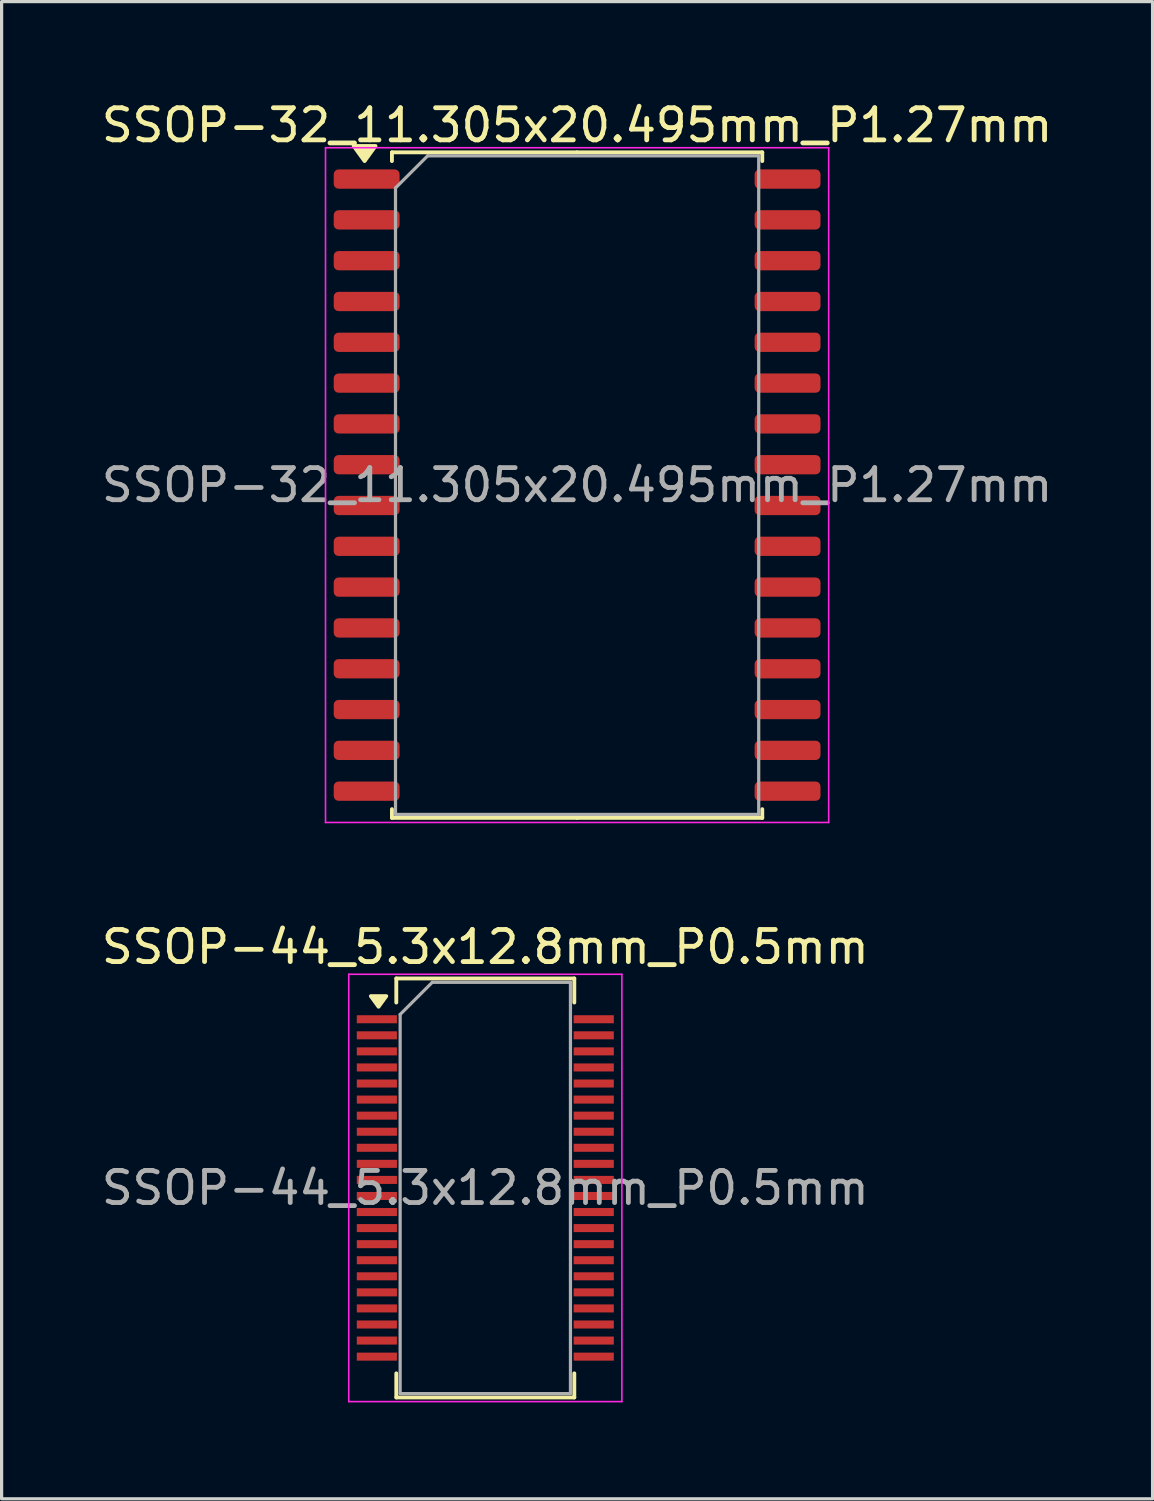
<source format=kicad_pcb>
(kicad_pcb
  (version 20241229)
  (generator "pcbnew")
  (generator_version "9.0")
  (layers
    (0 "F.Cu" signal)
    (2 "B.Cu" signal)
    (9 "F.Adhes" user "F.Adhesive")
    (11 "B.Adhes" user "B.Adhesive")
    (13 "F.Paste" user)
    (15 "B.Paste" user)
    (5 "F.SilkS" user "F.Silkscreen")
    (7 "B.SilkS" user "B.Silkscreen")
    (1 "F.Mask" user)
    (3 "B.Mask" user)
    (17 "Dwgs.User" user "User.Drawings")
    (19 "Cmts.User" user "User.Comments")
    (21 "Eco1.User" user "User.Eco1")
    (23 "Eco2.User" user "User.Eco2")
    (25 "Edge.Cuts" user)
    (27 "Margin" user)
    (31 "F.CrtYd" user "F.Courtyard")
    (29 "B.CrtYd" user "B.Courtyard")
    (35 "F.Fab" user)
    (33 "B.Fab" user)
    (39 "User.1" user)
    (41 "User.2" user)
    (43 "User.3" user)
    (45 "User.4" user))
  (footprint "SSOP-32_11.305x20.495mm_P1.27mm"
    (layer "F.Cu")
    (at 14.911 12.048)
    (property "Reference" "SSOP-32_11.305x20.495mm_P1.27mm" (at 0 -11.2 0) (layer "F.SilkS") (effects (font (size 1 1) (thickness 0.15))))
    (attr smd)
    (fp_line (start -5.763 -10.357) (end -5.763 -10.085) (stroke (width 0.12) (type solid)) (layer "F.SilkS"))
    (fp_line (start -5.763 10.357) (end -5.763 10.085) (stroke (width 0.12) (type solid)) (layer "F.SilkS"))
    (fp_line (start 0 -10.357) (end -5.763 -10.357) (stroke (width 0.12) (type solid)) (layer "F.SilkS"))
    (fp_line (start 0 -10.357) (end 5.763 -10.357) (stroke (width 0.12) (type solid)) (layer "F.SilkS"))
    (fp_line (start 0 10.357) (end -5.763 10.357) (stroke (width 0.12) (type solid)) (layer "F.SilkS"))
    (fp_line (start 0 10.357) (end 5.763 10.357) (stroke (width 0.12) (type solid)) (layer "F.SilkS"))
    (fp_line (start 5.763 -10.357) (end 5.763 -10.085) (stroke (width 0.12) (type solid)) (layer "F.SilkS"))
    (fp_line (start 5.763 10.357) (end 5.763 10.085) (stroke (width 0.12) (type solid)) (layer "F.SilkS"))
    (fp_poly (pts (xy -6.614 -10.085) (xy -6.954 -10.555) (xy -6.274 -10.555) (xy -6.614 -10.085)) (stroke (width 0.12) (type solid)) (fill yes) (layer "F.SilkS"))
    (fp_line (start -7.83 -10.5) (end -7.83 10.5) (stroke (width 0.05) (type solid)) (layer "F.CrtYd"))
    (fp_line (start -7.83 10.5) (end 7.83 10.5) (stroke (width 0.05) (type solid)) (layer "F.CrtYd"))
    (fp_line (start 7.83 -10.5) (end -7.83 -10.5) (stroke (width 0.05) (type solid)) (layer "F.CrtYd"))
    (fp_line (start 7.83 10.5) (end 7.83 -10.5) (stroke (width 0.05) (type solid)) (layer "F.CrtYd"))
    (fp_line (start -5.652 -9.248) (end -4.652 -10.248) (stroke (width 0.1) (type solid)) (layer "F.Fab"))
    (fp_line (start -5.652 10.248) (end -5.652 -9.248) (stroke (width 0.1) (type solid)) (layer "F.Fab"))
    (fp_line (start -4.652 -10.248) (end 5.652 -10.248) (stroke (width 0.1) (type solid)) (layer "F.Fab"))
    (fp_line (start 5.652 -10.248) (end 5.652 10.248) (stroke (width 0.1) (type solid)) (layer "F.Fab"))
    (fp_line (start 5.652 10.248) (end -5.652 10.248) (stroke (width 0.1) (type solid)) (layer "F.Fab"))
    (fp_text user "${REFERENCE}" (at 0 0 0) (layer "F.Fab") (effects (font (size 1 1) (thickness 0.15))))
    (pad "1" smd roundrect (at -6.55 -9.525) (size 2.05 0.6) (layers "F.Cu" "F.Mask" "F.Paste") (roundrect_rratio 0.25))
    (pad "2" smd roundrect (at -6.55 -8.255) (size 2.05 0.6) (layers "F.Cu" "F.Mask" "F.Paste") (roundrect_rratio 0.25))
    (pad "3" smd roundrect (at -6.55 -6.985) (size 2.05 0.6) (layers "F.Cu" "F.Mask" "F.Paste") (roundrect_rratio 0.25))
    (pad "4" smd roundrect (at -6.55 -5.715) (size 2.05 0.6) (layers "F.Cu" "F.Mask" "F.Paste") (roundrect_rratio 0.25))
    (pad "5" smd roundrect (at -6.55 -4.445) (size 2.05 0.6) (layers "F.Cu" "F.Mask" "F.Paste") (roundrect_rratio 0.25))
    (pad "6" smd roundrect (at -6.55 -3.175) (size 2.05 0.6) (layers "F.Cu" "F.Mask" "F.Paste") (roundrect_rratio 0.25))
    (pad "7" smd roundrect (at -6.55 -1.905) (size 2.05 0.6) (layers "F.Cu" "F.Mask" "F.Paste") (roundrect_rratio 0.25))
    (pad "8" smd roundrect (at -6.55 -0.635) (size 2.05 0.6) (layers "F.Cu" "F.Mask" "F.Paste") (roundrect_rratio 0.25))
    (pad "9" smd roundrect (at -6.55 0.635) (size 2.05 0.6) (layers "F.Cu" "F.Mask" "F.Paste") (roundrect_rratio 0.25))
    (pad "10" smd roundrect (at -6.55 1.905) (size 2.05 0.6) (layers "F.Cu" "F.Mask" "F.Paste") (roundrect_rratio 0.25))
    (pad "11" smd roundrect (at -6.55 3.175) (size 2.05 0.6) (layers "F.Cu" "F.Mask" "F.Paste") (roundrect_rratio 0.25))
    (pad "12" smd roundrect (at -6.55 4.445) (size 2.05 0.6) (layers "F.Cu" "F.Mask" "F.Paste") (roundrect_rratio 0.25))
    (pad "13" smd roundrect (at -6.55 5.715) (size 2.05 0.6) (layers "F.Cu" "F.Mask" "F.Paste") (roundrect_rratio 0.25))
    (pad "14" smd roundrect (at -6.55 6.985) (size 2.05 0.6) (layers "F.Cu" "F.Mask" "F.Paste") (roundrect_rratio 0.25))
    (pad "15" smd roundrect (at -6.55 8.255) (size 2.05 0.6) (layers "F.Cu" "F.Mask" "F.Paste") (roundrect_rratio 0.25))
    (pad "16" smd roundrect (at -6.55 9.525) (size 2.05 0.6) (layers "F.Cu" "F.Mask" "F.Paste") (roundrect_rratio 0.25))
    (pad "17" smd roundrect (at 6.55 9.525) (size 2.05 0.6) (layers "F.Cu" "F.Mask" "F.Paste") (roundrect_rratio 0.25))
    (pad "18" smd roundrect (at 6.55 8.255) (size 2.05 0.6) (layers "F.Cu" "F.Mask" "F.Paste") (roundrect_rratio 0.25))
    (pad "19" smd roundrect (at 6.55 6.985) (size 2.05 0.6) (layers "F.Cu" "F.Mask" "F.Paste") (roundrect_rratio 0.25))
    (pad "20" smd roundrect (at 6.55 5.715) (size 2.05 0.6) (layers "F.Cu" "F.Mask" "F.Paste") (roundrect_rratio 0.25))
    (pad "21" smd roundrect (at 6.55 4.445) (size 2.05 0.6) (layers "F.Cu" "F.Mask" "F.Paste") (roundrect_rratio 0.25))
    (pad "22" smd roundrect (at 6.55 3.175) (size 2.05 0.6) (layers "F.Cu" "F.Mask" "F.Paste") (roundrect_rratio 0.25))
    (pad "23" smd roundrect (at 6.55 1.905) (size 2.05 0.6) (layers "F.Cu" "F.Mask" "F.Paste") (roundrect_rratio 0.25))
    (pad "24" smd roundrect (at 6.55 0.635) (size 2.05 0.6) (layers "F.Cu" "F.Mask" "F.Paste") (roundrect_rratio 0.25))
    (pad "25" smd roundrect (at 6.55 -0.635) (size 2.05 0.6) (layers "F.Cu" "F.Mask" "F.Paste") (roundrect_rratio 0.25))
    (pad "26" smd roundrect (at 6.55 -1.905) (size 2.05 0.6) (layers "F.Cu" "F.Mask" "F.Paste") (roundrect_rratio 0.25))
    (pad "27" smd roundrect (at 6.55 -3.175) (size 2.05 0.6) (layers "F.Cu" "F.Mask" "F.Paste") (roundrect_rratio 0.25))
    (pad "28" smd roundrect (at 6.55 -4.445) (size 2.05 0.6) (layers "F.Cu" "F.Mask" "F.Paste") (roundrect_rratio 0.25))
    (pad "29" smd roundrect (at 6.55 -5.715) (size 2.05 0.6) (layers "F.Cu" "F.Mask" "F.Paste") (roundrect_rratio 0.25))
    (pad "30" smd roundrect (at 6.55 -6.985) (size 2.05 0.6) (layers "F.Cu" "F.Mask" "F.Paste") (roundrect_rratio 0.25))
    (pad "31" smd roundrect (at 6.55 -8.255) (size 2.05 0.6) (layers "F.Cu" "F.Mask" "F.Paste") (roundrect_rratio 0.25))
    (pad "32" smd roundrect (at 6.55 -9.525) (size 2.05 0.6) (layers "F.Cu" "F.Mask" "F.Paste") (roundrect_rratio 0.25)))
  (footprint "SSOP-44_5.3x12.8mm_P0.5mm"
    (layer "F.Cu")
    (at 12.054 33.922)
    (property "Reference" "SSOP-44_5.3x12.8mm_P0.5mm" (at 0 -7.5 0) (layer "F.SilkS") (effects (font (size 1 1) (thickness 0.15))))
    (attr smd)
    (fp_line (start -2.77 -6.52) (end -2.77 -5.77) (stroke (width 0.12) (type solid)) (layer "F.SilkS"))
    (fp_line (start -2.77 -6.52) (end 2.77 -6.52) (stroke (width 0.12) (type solid)) (layer "F.SilkS"))
    (fp_line (start -2.77 6.52) (end -2.77 5.77) (stroke (width 0.12) (type solid)) (layer "F.SilkS"))
    (fp_line (start -2.77 6.52) (end 2.77 6.52) (stroke (width 0.12) (type solid)) (layer "F.SilkS"))
    (fp_line (start 2.77 -6.52) (end 2.77 -5.77) (stroke (width 0.12) (type solid)) (layer "F.SilkS"))
    (fp_line (start 2.77 6.52) (end 2.77 5.77) (stroke (width 0.12) (type solid)) (layer "F.SilkS"))
    (fp_poly (pts (xy -3.322 -5.64) (xy -3.562 -5.97) (xy -3.082 -5.97) (xy -3.322 -5.64)) (stroke (width 0.12) (type solid)) (fill yes) (layer "F.SilkS"))
    (fp_line (start -4.25 -6.65) (end -4.25 6.65) (stroke (width 0.05) (type solid)) (layer "F.CrtYd"))
    (fp_line (start -4.25 -6.65) (end 4.25 -6.65) (stroke (width 0.05) (type solid)) (layer "F.CrtYd"))
    (fp_line (start -4.25 6.65) (end 4.25 6.65) (stroke (width 0.05) (type solid)) (layer "F.CrtYd"))
    (fp_line (start 4.25 -6.65) (end 4.25 6.65) (stroke (width 0.05) (type solid)) (layer "F.CrtYd"))
    (fp_line (start -2.65 -5.4) (end -1.65 -6.4) (stroke (width 0.1) (type solid)) (layer "F.Fab"))
    (fp_line (start -2.65 6.4) (end -2.65 -5.4) (stroke (width 0.1) (type solid)) (layer "F.Fab"))
    (fp_line (start -1.65 -6.4) (end 2.65 -6.4) (stroke (width 0.1) (type solid)) (layer "F.Fab"))
    (fp_line (start 2.65 -6.4) (end 2.65 6.4) (stroke (width 0.1) (type solid)) (layer "F.Fab"))
    (fp_line (start 2.65 6.4) (end -2.65 6.4) (stroke (width 0.1) (type solid)) (layer "F.Fab"))
    (fp_text user "${REFERENCE}" (at 0 0 0) (layer "F.Fab") (effects (font (size 1 1) (thickness 0.15))))
    (pad "1" smd rect (at -3.375 -5.25) (size 1.25 0.25) (layers "F.Cu" "F.Mask" "F.Paste"))
    (pad "2" smd rect (at -3.375 -4.75) (size 1.25 0.25) (layers "F.Cu" "F.Mask" "F.Paste"))
    (pad "3" smd rect (at -3.375 -4.25) (size 1.25 0.25) (layers "F.Cu" "F.Mask" "F.Paste"))
    (pad "4" smd rect (at -3.375 -3.75) (size 1.25 0.25) (layers "F.Cu" "F.Mask" "F.Paste"))
    (pad "5" smd rect (at -3.375 -3.25) (size 1.25 0.25) (layers "F.Cu" "F.Mask" "F.Paste"))
    (pad "6" smd rect (at -3.375 -2.75) (size 1.25 0.25) (layers "F.Cu" "F.Mask" "F.Paste"))
    (pad "7" smd rect (at -3.375 -2.25) (size 1.25 0.25) (layers "F.Cu" "F.Mask" "F.Paste"))
    (pad "8" smd rect (at -3.375 -1.75) (size 1.25 0.25) (layers "F.Cu" "F.Mask" "F.Paste"))
    (pad "9" smd rect (at -3.375 -1.25) (size 1.25 0.25) (layers "F.Cu" "F.Mask" "F.Paste"))
    (pad "10" smd rect (at -3.375 -0.75) (size 1.25 0.25) (layers "F.Cu" "F.Mask" "F.Paste"))
    (pad "11" smd rect (at -3.375 -0.25) (size 1.25 0.25) (layers "F.Cu" "F.Mask" "F.Paste"))
    (pad "12" smd rect (at -3.375 0.25) (size 1.25 0.25) (layers "F.Cu" "F.Mask" "F.Paste"))
    (pad "13" smd rect (at -3.375 0.75) (size 1.25 0.25) (layers "F.Cu" "F.Mask" "F.Paste"))
    (pad "14" smd rect (at -3.375 1.25) (size 1.25 0.25) (layers "F.Cu" "F.Mask" "F.Paste"))
    (pad "15" smd rect (at -3.375 1.75) (size 1.25 0.25) (layers "F.Cu" "F.Mask" "F.Paste"))
    (pad "16" smd rect (at -3.375 2.25) (size 1.25 0.25) (layers "F.Cu" "F.Mask" "F.Paste"))
    (pad "17" smd rect (at -3.375 2.75) (size 1.25 0.25) (layers "F.Cu" "F.Mask" "F.Paste"))
    (pad "18" smd rect (at -3.375 3.25) (size 1.25 0.25) (layers "F.Cu" "F.Mask" "F.Paste"))
    (pad "19" smd rect (at -3.375 3.75) (size 1.25 0.25) (layers "F.Cu" "F.Mask" "F.Paste"))
    (pad "20" smd rect (at -3.375 4.25) (size 1.25 0.25) (layers "F.Cu" "F.Mask" "F.Paste"))
    (pad "21" smd rect (at -3.375 4.75) (size 1.25 0.25) (layers "F.Cu" "F.Mask" "F.Paste"))
    (pad "22" smd rect (at -3.375 5.25) (size 1.25 0.25) (layers "F.Cu" "F.Mask" "F.Paste"))
    (pad "23" smd rect (at 3.375 5.25) (size 1.25 0.25) (layers "F.Cu" "F.Mask" "F.Paste"))
    (pad "24" smd rect (at 3.375 4.75) (size 1.25 0.25) (layers "F.Cu" "F.Mask" "F.Paste"))
    (pad "25" smd rect (at 3.375 4.25) (size 1.25 0.25) (layers "F.Cu" "F.Mask" "F.Paste"))
    (pad "26" smd rect (at 3.375 3.75) (size 1.25 0.25) (layers "F.Cu" "F.Mask" "F.Paste"))
    (pad "27" smd rect (at 3.375 3.25) (size 1.25 0.25) (layers "F.Cu" "F.Mask" "F.Paste"))
    (pad "28" smd rect (at 3.375 2.75) (size 1.25 0.25) (layers "F.Cu" "F.Mask" "F.Paste"))
    (pad "29" smd rect (at 3.375 2.25) (size 1.25 0.25) (layers "F.Cu" "F.Mask" "F.Paste"))
    (pad "30" smd rect (at 3.375 1.75) (size 1.25 0.25) (layers "F.Cu" "F.Mask" "F.Paste"))
    (pad "31" smd rect (at 3.375 1.25) (size 1.25 0.25) (layers "F.Cu" "F.Mask" "F.Paste"))
    (pad "32" smd rect (at 3.375 0.75) (size 1.25 0.25) (layers "F.Cu" "F.Mask" "F.Paste"))
    (pad "33" smd rect (at 3.375 0.25) (size 1.25 0.25) (layers "F.Cu" "F.Mask" "F.Paste"))
    (pad "34" smd rect (at 3.375 -0.25) (size 1.25 0.25) (layers "F.Cu" "F.Mask" "F.Paste"))
    (pad "35" smd rect (at 3.375 -0.75) (size 1.25 0.25) (layers "F.Cu" "F.Mask" "F.Paste"))
    (pad "36" smd rect (at 3.375 -1.25) (size 1.25 0.25) (layers "F.Cu" "F.Mask" "F.Paste"))
    (pad "37" smd rect (at 3.375 -1.75) (size 1.25 0.25) (layers "F.Cu" "F.Mask" "F.Paste"))
    (pad "38" smd rect (at 3.375 -2.25) (size 1.25 0.25) (layers "F.Cu" "F.Mask" "F.Paste"))
    (pad "39" smd rect (at 3.375 -2.75) (size 1.25 0.25) (layers "F.Cu" "F.Mask" "F.Paste"))
    (pad "40" smd rect (at 3.375 -3.25) (size 1.25 0.25) (layers "F.Cu" "F.Mask" "F.Paste"))
    (pad "41" smd rect (at 3.375 -3.75) (size 1.25 0.25) (layers "F.Cu" "F.Mask" "F.Paste"))
    (pad "42" smd rect (at 3.375 -4.25) (size 1.25 0.25) (layers "F.Cu" "F.Mask" "F.Paste"))
    (pad "43" smd rect (at 3.375 -4.75) (size 1.25 0.25) (layers "F.Cu" "F.Mask" "F.Paste"))
    (pad "44" smd rect (at 3.375 -5.25) (size 1.25 0.25) (layers "F.Cu" "F.Mask" "F.Paste")))
  (gr_rect
    (start -3 -3)
    (end 32.821 43.596)
    (stroke (width 0.1) (type default))
    (fill no)
    (layer "Edge.Cuts")))
</source>
